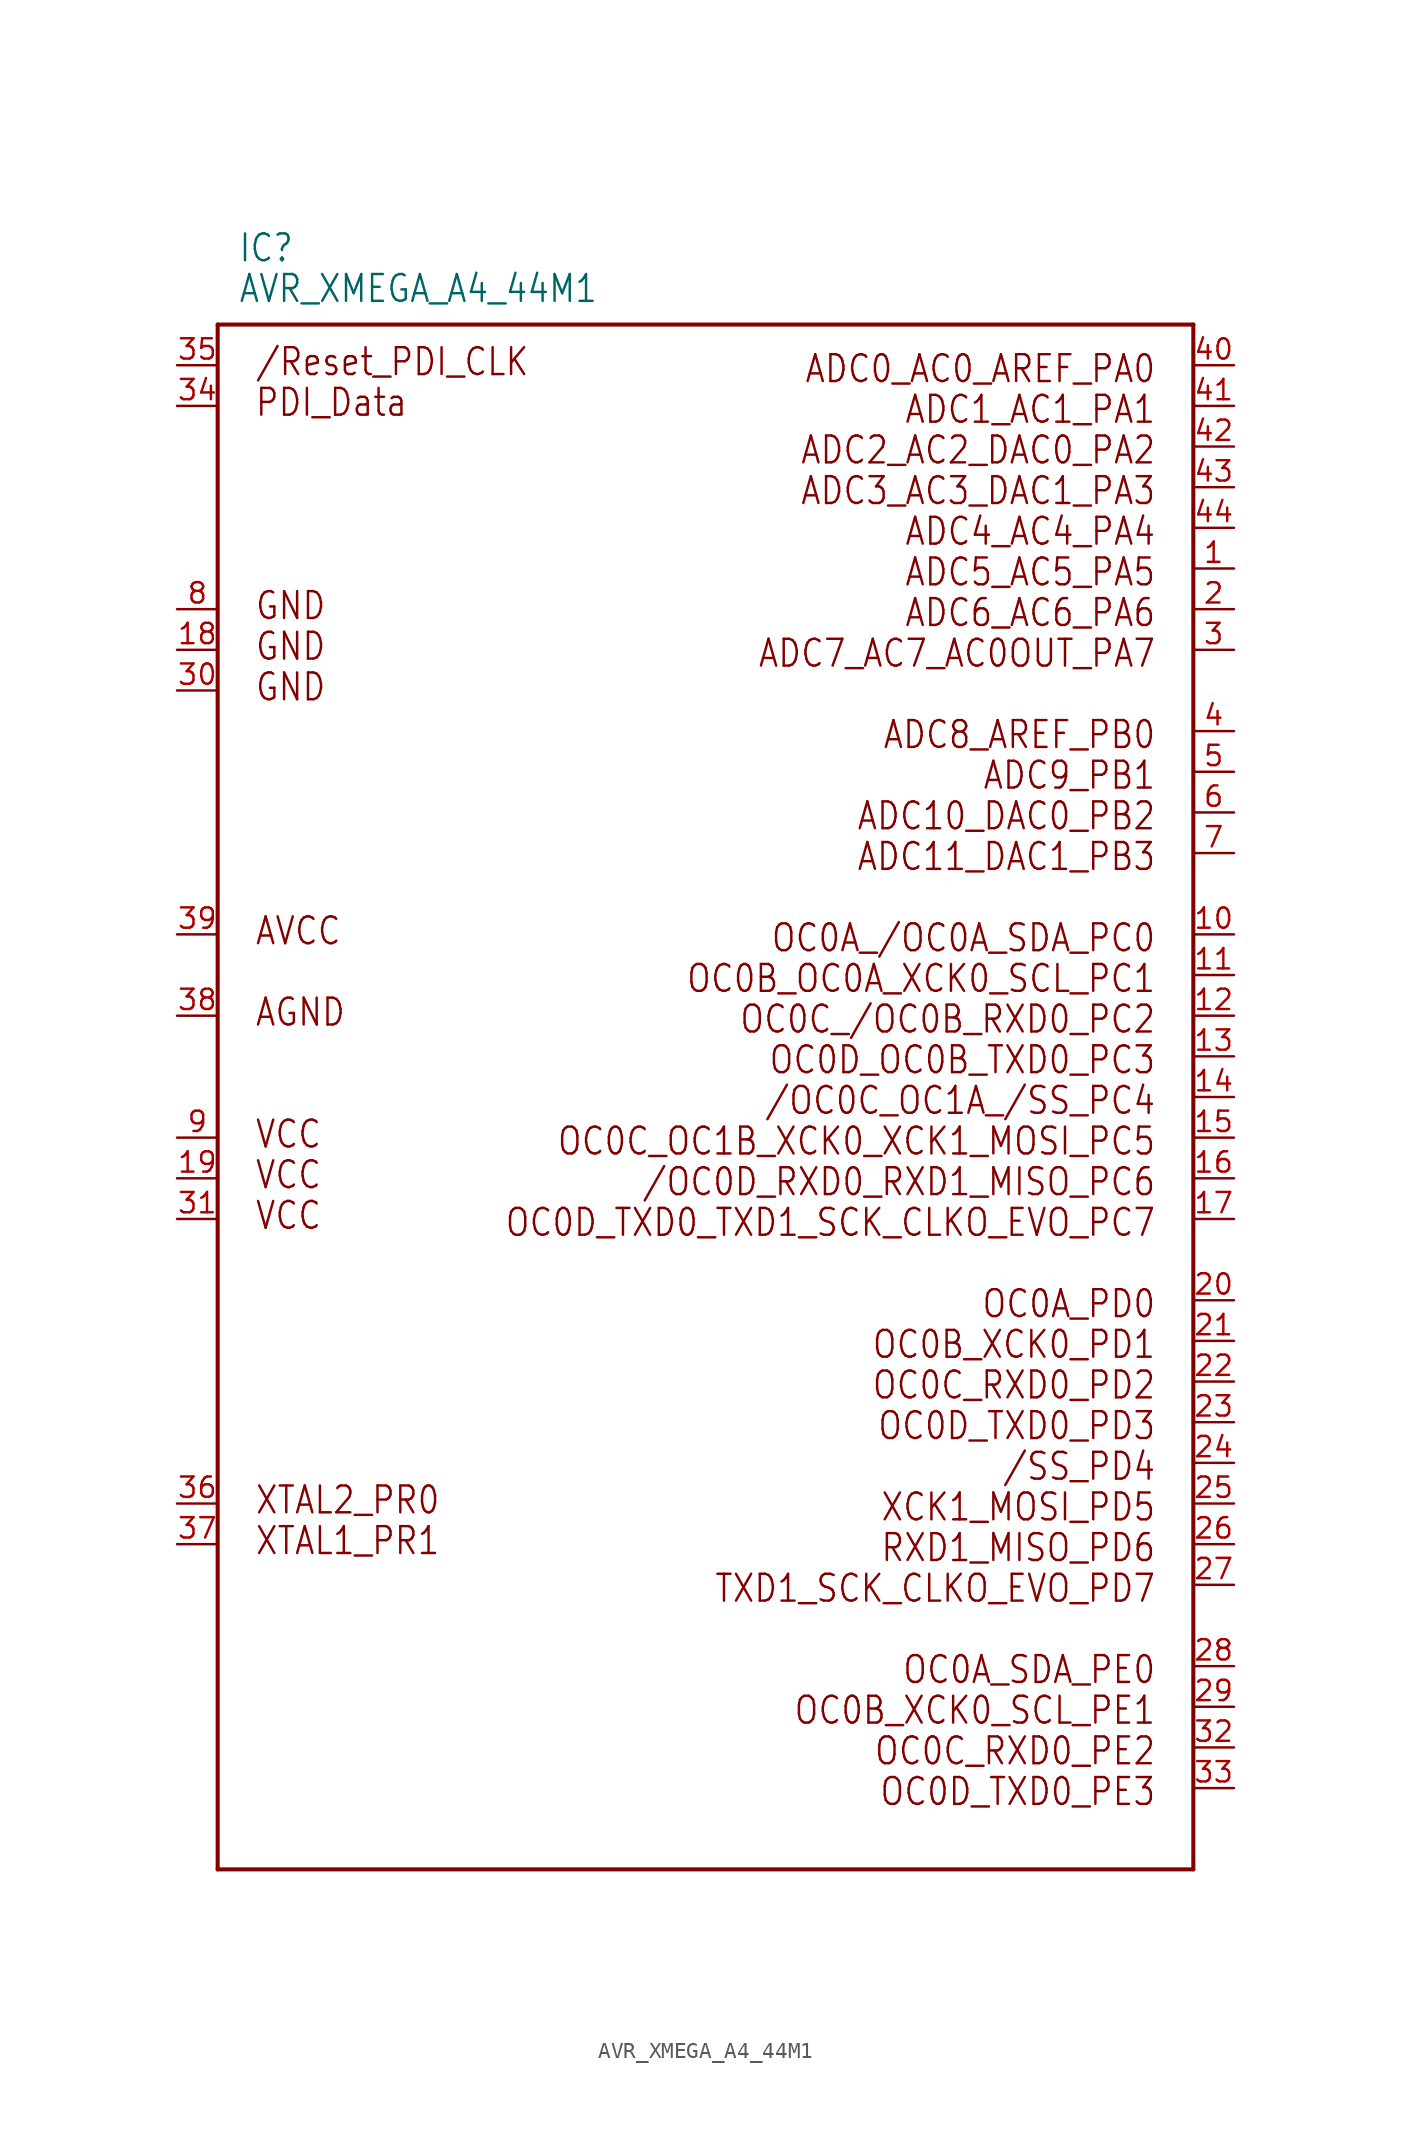
<source format=kicad_sym>
(kicad_symbol_lib
  (version 20211014)
  (generator kicad_symbol_editor)
  (symbol "AVR_XMEGA_A4_44M1"
    (property "Reference" "IC"
      (at -29.21 52.07 0)
      (effects (font (size 1.676 1.425)) (justify left bottom)))
    (property "Value" "AVR_XMEGA_A4_44M1"
      (at -29.21 49.53 0)
      (effects (font (size 1.676 1.425)) (justify left bottom)))
    (property "ki_locked" ""
      (at 0 0 0)
      (effects (font (size 1.27 1.27))))
    (symbol "AVR_XMEGA_A4_44M1_1_0"
      (polyline (pts (xy -30.48 -48.26) (xy 30.48 -48.26)) (stroke (width 0.254) (type default) (color 0 0 0 0)) (fill (type none)))
      (polyline (pts (xy -30.48 48.26) (xy -30.48 -48.26)) (stroke (width 0.254) (type default) (color 0 0 0 0)) (fill (type none)))
      (polyline (pts (xy 30.48 -48.26) (xy 30.48 48.26)) (stroke (width 0.254) (type default) (color 0 0 0 0)) (fill (type none)))
      (polyline (pts (xy 30.48 48.26) (xy -30.48 48.26)) (stroke (width 0.254) (type default) (color 0 0 0 0)) (fill (type none)))
      (text "/OC0C_OC1A_/SS_PC4" (at 28.194 0.762 0) (effects (font (size 1.676 1.425)) (justify right top)))
      (text "/OC0D_RXD0_RXD1_MISO_PC6" (at 28.194 -4.318 0) (effects (font (size 1.676 1.425)) (justify right top)))
      (text "/Reset_PDI_CLK" (at -28.194 44.958 0) (effects (font (size 1.676 1.425)) (justify left bottom)))
      (text "/SS_PD4" (at 28.194 -22.098 0) (effects (font (size 1.676 1.425)) (justify right top)))
      (text "ADC0_AC0_AREF_PA0" (at 28.194 46.482 0) (effects (font (size 1.676 1.425)) (justify right top)))
      (text "ADC10_DAC0_PB2" (at 28.194 18.542 0) (effects (font (size 1.676 1.425)) (justify right top)))
      (text "ADC11_DAC1_PB3" (at 28.194 16.002 0) (effects (font (size 1.676 1.425)) (justify right top)))
      (text "ADC1_AC1_PA1" (at 28.194 43.942 0) (effects (font (size 1.676 1.425)) (justify right top)))
      (text "ADC2_AC2_DAC0_PA2" (at 28.194 41.402 0) (effects (font (size 1.676 1.425)) (justify right top)))
      (text "ADC3_AC3_DAC1_PA3" (at 28.194 38.862 0) (effects (font (size 1.676 1.425)) (justify right top)))
      (text "ADC4_AC4_PA4" (at 28.194 36.322 0) (effects (font (size 1.676 1.425)) (justify right top)))
      (text "ADC5_AC5_PA5" (at 28.194 33.782 0) (effects (font (size 1.676 1.425)) (justify right top)))
      (text "ADC6_AC6_PA6" (at 28.194 31.242 0) (effects (font (size 1.676 1.425)) (justify right top)))
      (text "ADC7_AC7_AC0OUT_PA7" (at 28.194 28.702 0) (effects (font (size 1.676 1.425)) (justify right top)))
      (text "ADC8_AREF_PB0" (at 28.194 23.622 0) (effects (font (size 1.676 1.425)) (justify right top)))
      (text "ADC9_PB1" (at 28.194 21.082 0) (effects (font (size 1.676 1.425)) (justify right top)))
      (text "AGND" (at -28.194 4.318 0) (effects (font (size 1.676 1.425)) (justify left bottom)))
      (text "AVCC" (at -28.194 9.398 0) (effects (font (size 1.676 1.425)) (justify left bottom)))
      (text "GND" (at -28.194 24.638 0) (effects (font (size 1.676 1.425)) (justify left bottom)))
      (text "GND" (at -28.194 27.178 0) (effects (font (size 1.676 1.425)) (justify left bottom)))
      (text "GND" (at -28.194 29.718 0) (effects (font (size 1.676 1.425)) (justify left bottom)))
      (text "OC0A_/OC0A_SDA_PC0" (at 28.194 10.922 0) (effects (font (size 1.676 1.425)) (justify right top)))
      (text "OC0A_PD0" (at 28.194 -11.938 0) (effects (font (size 1.676 1.425)) (justify right top)))
      (text "OC0A_SDA_PE0" (at 28.194 -34.798 0) (effects (font (size 1.676 1.425)) (justify right top)))
      (text "OC0B_OC0A_XCK0_SCL_PC1" (at 28.194 8.382 0) (effects (font (size 1.676 1.425)) (justify right top)))
      (text "OC0B_XCK0_PD1" (at 28.194 -14.478 0) (effects (font (size 1.676 1.425)) (justify right top)))
      (text "OC0B_XCK0_SCL_PE1" (at 28.194 -37.338 0) (effects (font (size 1.676 1.425)) (justify right top)))
      (text "OC0C_/OC0B_RXD0_PC2" (at 28.194 5.842 0) (effects (font (size 1.676 1.425)) (justify right top)))
      (text "OC0C_OC1B_XCK0_XCK1_MOSI_PC5" (at 28.194 -1.778 0) (effects (font (size 1.676 1.425)) (justify right top)))
      (text "OC0C_RXD0_PD2" (at 28.194 -17.018 0) (effects (font (size 1.676 1.425)) (justify right top)))
      (text "OC0C_RXD0_PE2" (at 28.194 -39.878 0) (effects (font (size 1.676 1.425)) (justify right top)))
      (text "OC0D_OC0B_TXD0_PC3" (at 28.194 3.302 0) (effects (font (size 1.676 1.425)) (justify right top)))
      (text "OC0D_TXD0_PD3" (at 28.194 -19.558 0) (effects (font (size 1.676 1.425)) (justify right top)))
      (text "OC0D_TXD0_PE3" (at 28.194 -42.418 0) (effects (font (size 1.676 1.425)) (justify right top)))
      (text "OC0D_TXD0_TXD1_SCK_CLKO_EVO_PC7" (at 28.194 -6.858 0) (effects (font (size 1.676 1.425)) (justify right top)))
      (text "PDI_Data" (at -28.194 42.418 0) (effects (font (size 1.676 1.425)) (justify left bottom)))
      (text "RXD1_MISO_PD6" (at 28.194 -27.178 0) (effects (font (size 1.676 1.425)) (justify right top)))
      (text "TXD1_SCK_CLKO_EVO_PD7" (at 28.194 -29.718 0) (effects (font (size 1.676 1.425)) (justify right top)))
      (text "VCC" (at -28.194 -8.382 0) (effects (font (size 1.676 1.425)) (justify left bottom)))
      (text "VCC" (at -28.194 -5.842 0) (effects (font (size 1.676 1.425)) (justify left bottom)))
      (text "VCC" (at -28.194 -3.302 0) (effects (font (size 1.676 1.425)) (justify left bottom)))
      (text "XCK1_MOSI_PD5" (at 28.194 -24.638 0) (effects (font (size 1.676 1.425)) (justify right top)))
      (text "XTAL1_PR1" (at -28.194 -28.702 0) (effects (font (size 1.676 1.425)) (justify left bottom)))
      (text "XTAL2_PR0" (at -28.194 -26.162 0) (effects (font (size 1.676 1.425)) (justify left bottom)))
      (pin bidirectional line (at 33.02 33.02 180) (length 2.54) (name "PA5" (effects (font (size 0 0)))) (number "1" (effects (font (size 1.27 1.27)))))
      (pin bidirectional line (at 33.02 10.16 180) (length 2.54) (name "PC0" (effects (font (size 0 0)))) (number "10" (effects (font (size 1.27 1.27)))))
      (pin bidirectional line (at 33.02 7.62 180) (length 2.54) (name "PC1" (effects (font (size 0 0)))) (number "11" (effects (font (size 1.27 1.27)))))
      (pin bidirectional line (at 33.02 5.08 180) (length 2.54) (name "PC2" (effects (font (size 0 0)))) (number "12" (effects (font (size 1.27 1.27)))))
      (pin bidirectional line (at 33.02 2.54 180) (length 2.54) (name "PC3" (effects (font (size 0 0)))) (number "13" (effects (font (size 1.27 1.27)))))
      (pin bidirectional line (at 33.02 0 180) (length 2.54) (name "PC4" (effects (font (size 0 0)))) (number "14" (effects (font (size 1.27 1.27)))))
      (pin bidirectional line (at 33.02 -2.54 180) (length 2.54) (name "PC5" (effects (font (size 0 0)))) (number "15" (effects (font (size 1.27 1.27)))))
      (pin bidirectional line (at 33.02 -5.08 180) (length 2.54) (name "PC6" (effects (font (size 0 0)))) (number "16" (effects (font (size 1.27 1.27)))))
      (pin bidirectional line (at 33.02 -7.62 180) (length 2.54) (name "PC7" (effects (font (size 0 0)))) (number "17" (effects (font (size 1.27 1.27)))))
      (pin bidirectional line (at -33.02 27.94 0) (length 2.54) (name "GND2" (effects (font (size 0 0)))) (number "18" (effects (font (size 1.27 1.27)))))
      (pin bidirectional line (at -33.02 -5.08 0) (length 2.54) (name "VCC2" (effects (font (size 0 0)))) (number "19" (effects (font (size 1.27 1.27)))))
      (pin bidirectional line (at 33.02 30.48 180) (length 2.54) (name "PA6" (effects (font (size 0 0)))) (number "2" (effects (font (size 1.27 1.27)))))
      (pin bidirectional line (at 33.02 -12.7 180) (length 2.54) (name "PD0" (effects (font (size 0 0)))) (number "20" (effects (font (size 1.27 1.27)))))
      (pin bidirectional line (at 33.02 -15.24 180) (length 2.54) (name "PD1" (effects (font (size 0 0)))) (number "21" (effects (font (size 1.27 1.27)))))
      (pin bidirectional line (at 33.02 -17.78 180) (length 2.54) (name "PD2" (effects (font (size 0 0)))) (number "22" (effects (font (size 1.27 1.27)))))
      (pin bidirectional line (at 33.02 -20.32 180) (length 2.54) (name "PD3" (effects (font (size 0 0)))) (number "23" (effects (font (size 1.27 1.27)))))
      (pin bidirectional line (at 33.02 -22.86 180) (length 2.54) (name "PD4" (effects (font (size 0 0)))) (number "24" (effects (font (size 1.27 1.27)))))
      (pin bidirectional line (at 33.02 -25.4 180) (length 2.54) (name "PD5" (effects (font (size 0 0)))) (number "25" (effects (font (size 1.27 1.27)))))
      (pin bidirectional line (at 33.02 -27.94 180) (length 2.54) (name "PD6" (effects (font (size 0 0)))) (number "26" (effects (font (size 1.27 1.27)))))
      (pin bidirectional line (at 33.02 -30.48 180) (length 2.54) (name "PD7" (effects (font (size 0 0)))) (number "27" (effects (font (size 1.27 1.27)))))
      (pin bidirectional line (at 33.02 -35.56 180) (length 2.54) (name "PE0" (effects (font (size 0 0)))) (number "28" (effects (font (size 1.27 1.27)))))
      (pin bidirectional line (at 33.02 -38.1 180) (length 2.54) (name "PE1" (effects (font (size 0 0)))) (number "29" (effects (font (size 1.27 1.27)))))
      (pin bidirectional line (at 33.02 27.94 180) (length 2.54) (name "PA7" (effects (font (size 0 0)))) (number "3" (effects (font (size 1.27 1.27)))))
      (pin bidirectional line (at -33.02 25.4 0) (length 2.54) (name "GND3" (effects (font (size 0 0)))) (number "30" (effects (font (size 1.27 1.27)))))
      (pin bidirectional line (at -33.02 -7.62 0) (length 2.54) (name "VCC3" (effects (font (size 0 0)))) (number "31" (effects (font (size 1.27 1.27)))))
      (pin bidirectional line (at 33.02 -40.64 180) (length 2.54) (name "PE2" (effects (font (size 0 0)))) (number "32" (effects (font (size 1.27 1.27)))))
      (pin bidirectional line (at 33.02 -43.18 180) (length 2.54) (name "PE3" (effects (font (size 0 0)))) (number "33" (effects (font (size 1.27 1.27)))))
      (pin bidirectional line (at -33.02 43.18 0) (length 2.54) (name "PDI_DATA" (effects (font (size 0 0)))) (number "34" (effects (font (size 1.27 1.27)))))
      (pin bidirectional line (at -33.02 45.72 0) (length 2.54) (name "RESET" (effects (font (size 0 0)))) (number "35" (effects (font (size 1.27 1.27)))))
      (pin bidirectional line (at -33.02 -25.4 0) (length 2.54) (name "PR0" (effects (font (size 0 0)))) (number "36" (effects (font (size 1.27 1.27)))))
      (pin bidirectional line (at -33.02 -27.94 0) (length 2.54) (name "PR1" (effects (font (size 0 0)))) (number "37" (effects (font (size 1.27 1.27)))))
      (pin bidirectional line (at -33.02 5.08 0) (length 2.54) (name "AGND" (effects (font (size 0 0)))) (number "38" (effects (font (size 1.27 1.27)))))
      (pin bidirectional line (at -33.02 10.16 0) (length 2.54) (name "AVCC" (effects (font (size 0 0)))) (number "39" (effects (font (size 1.27 1.27)))))
      (pin bidirectional line (at 33.02 22.86 180) (length 2.54) (name "PB0" (effects (font (size 0 0)))) (number "4" (effects (font (size 1.27 1.27)))))
      (pin bidirectional line (at 33.02 45.72 180) (length 2.54) (name "PA0" (effects (font (size 0 0)))) (number "40" (effects (font (size 1.27 1.27)))))
      (pin bidirectional line (at 33.02 43.18 180) (length 2.54) (name "PA1" (effects (font (size 0 0)))) (number "41" (effects (font (size 1.27 1.27)))))
      (pin bidirectional line (at 33.02 40.64 180) (length 2.54) (name "PA2" (effects (font (size 0 0)))) (number "42" (effects (font (size 1.27 1.27)))))
      (pin bidirectional line (at 33.02 38.1 180) (length 2.54) (name "PA3" (effects (font (size 0 0)))) (number "43" (effects (font (size 1.27 1.27)))))
      (pin bidirectional line (at 33.02 35.56 180) (length 2.54) (name "PA4" (effects (font (size 0 0)))) (number "44" (effects (font (size 1.27 1.27)))))
      (pin bidirectional line (at 33.02 20.32 180) (length 2.54) (name "PB1" (effects (font (size 0 0)))) (number "5" (effects (font (size 1.27 1.27)))))
      (pin bidirectional line (at 33.02 17.78 180) (length 2.54) (name "PB2" (effects (font (size 0 0)))) (number "6" (effects (font (size 1.27 1.27)))))
      (pin bidirectional line (at 33.02 15.24 180) (length 2.54) (name "PB3" (effects (font (size 0 0)))) (number "7" (effects (font (size 1.27 1.27)))))
      (pin bidirectional line (at -33.02 30.48 0) (length 2.54) (name "GND1" (effects (font (size 0 0)))) (number "8" (effects (font (size 1.27 1.27)))))
      (pin bidirectional line (at -33.02 -2.54 0) (length 2.54) (name "VCC1" (effects (font (size 0 0)))) (number "9" (effects (font (size 1.27 1.27))))))))
</source>
